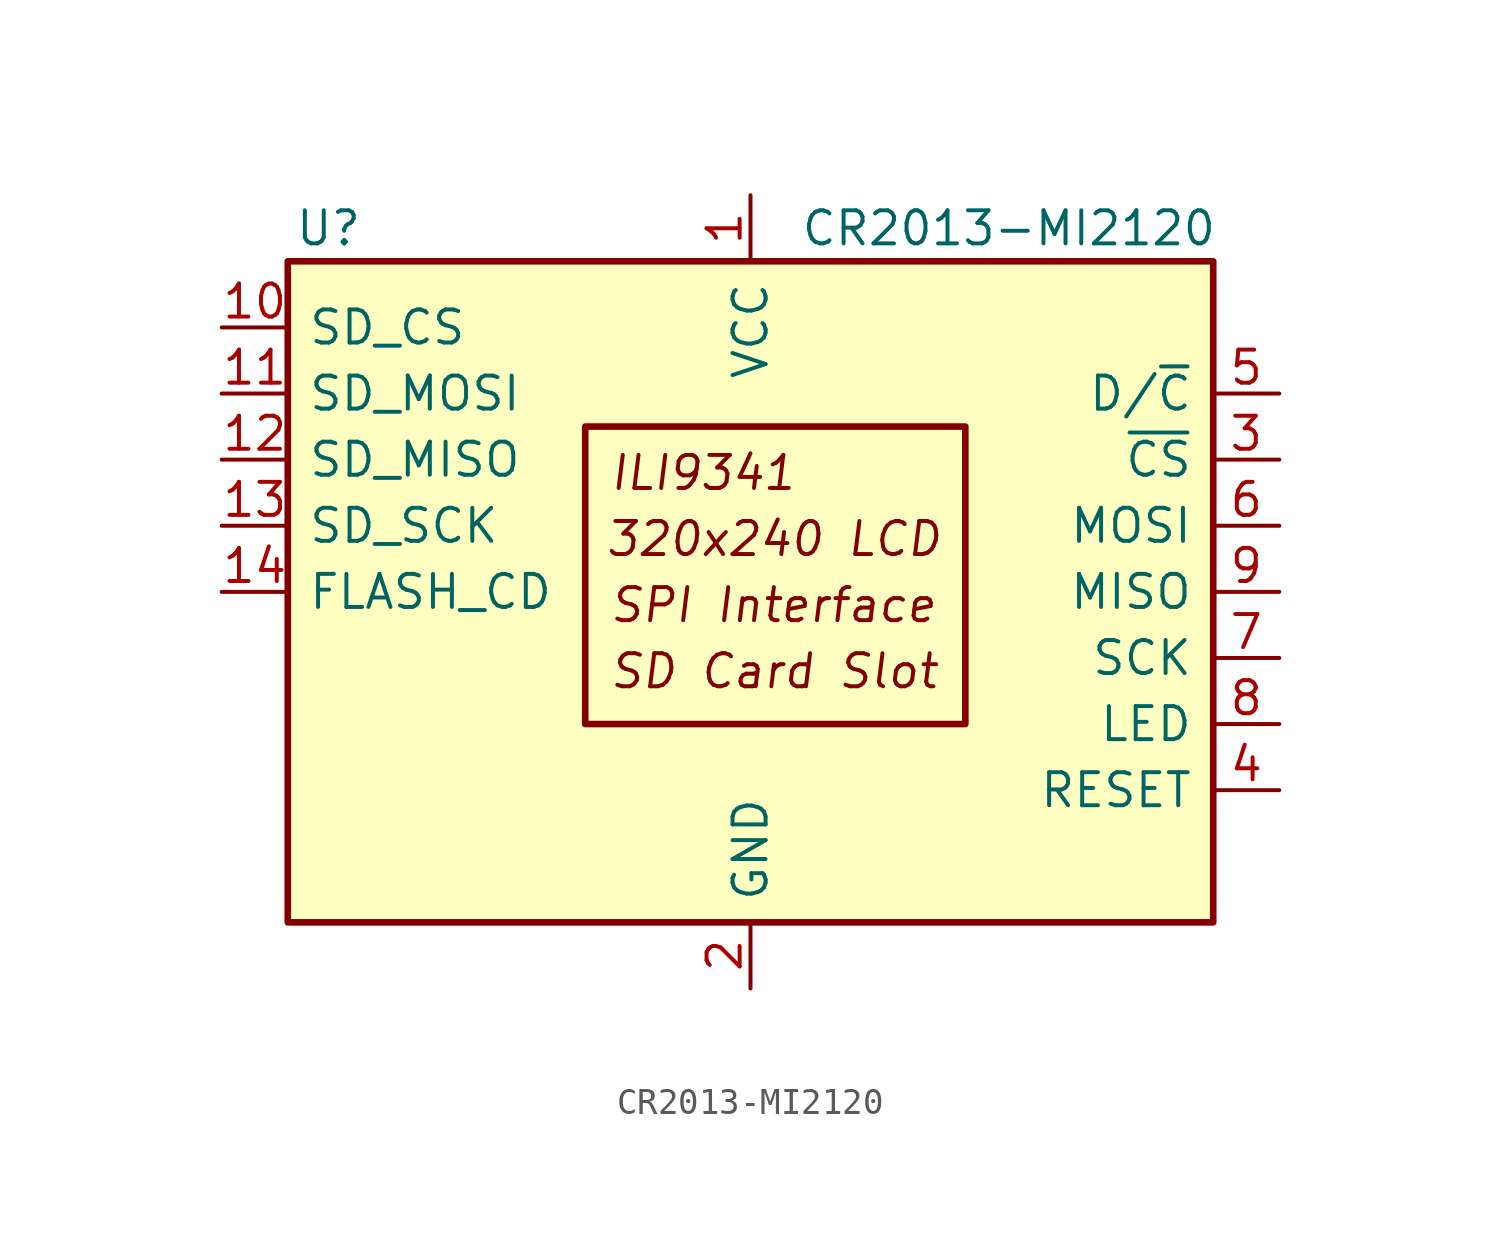
<source format=kicad_sym>
(kicad_symbol_lib
  (version 20201005)
  (generator kicad_symbol_editor)
  (symbol "Driver_Display:CR2013-MI2120"
    (pin_names
      (offset 0.762))
    (property "Reference" "U"
      (at -17.526 13.97 0)
      (effects (font (size 1.27 1.27)) (justify left)))
    (property "Value" "CR2013-MI2120"
      (at 1.905 13.97 0)
      (effects (font (size 1.27 1.27)) (justify left)))
    (symbol "CR2013-MI2120_0_0"
      (text "320x240 LCD" (at 0.889 2.032 0) (effects (font (size 1.27 1.27) italic)))
      (text "ILI9341" (at -5.461 4.572 0) (effects (font (size 1.27 1.27) italic) (justify left)))
      (text "SD Card Slot" (at -5.461 -3.048 0) (effects (font (size 1.27 1.27) italic) (justify left)))
      (text "SPI Interface" (at -5.461 -0.508 0) (effects (font (size 1.27 1.27) italic) (justify left))))
    (symbol "CR2013-MI2120_0_1"
      (rectangle (start -17.78 12.7) (end 17.78 -12.7) (stroke (width 0.254)) (fill (type background)))
      (rectangle (start -6.35 6.35) (end 8.255 -5.08) (stroke (width 0.254)) (fill (type none))))
    (symbol "CR2013-MI2120_1_1"
      (pin power_in line (at 0 15.24 270) (length 2.54) (name "VCC" (effects (font (size 1.27 1.27)))) (number "1" (effects (font (size 1.27 1.27)))))
      (pin input line (at -20.32 10.16 0) (length 2.54) (name "SD_CS" (effects (font (size 1.27 1.27)))) (number "10" (effects (font (size 1.27 1.27)))))
      (pin input line (at -20.32 7.62 0) (length 2.54) (name "SD_MOSI" (effects (font (size 1.27 1.27)))) (number "11" (effects (font (size 1.27 1.27)))))
      (pin output line (at -20.32 5.08 0) (length 2.54) (name "SD_MISO" (effects (font (size 1.27 1.27)))) (number "12" (effects (font (size 1.27 1.27)))))
      (pin input line (at -20.32 2.54 0) (length 2.54) (name "SD_SCK" (effects (font (size 1.27 1.27)))) (number "13" (effects (font (size 1.27 1.27)))))
      (pin input line (at -20.32 0 0) (length 2.54) (name "FLASH_CD" (effects (font (size 1.27 1.27)))) (number "14" (effects (font (size 1.27 1.27)))))
      (pin power_in line (at 0 -15.24 90) (length 2.54) (name "GND" (effects (font (size 1.27 1.27)))) (number "2" (effects (font (size 1.27 1.27)))))
      (pin input line (at 20.32 5.08 180) (length 2.54) (name "~CS" (effects (font (size 1.27 1.27)))) (number "3" (effects (font (size 1.27 1.27)))))
      (pin input line (at 20.32 -7.62 180) (length 2.54) (name "RESET" (effects (font (size 1.27 1.27)))) (number "4" (effects (font (size 1.27 1.27)))))
      (pin input line (at 20.32 7.62 180) (length 2.54) (name "D/~C" (effects (font (size 1.27 1.27)))) (number "5" (effects (font (size 1.27 1.27)))))
      (pin input line (at 20.32 2.54 180) (length 2.54) (name "MOSI" (effects (font (size 1.27 1.27)))) (number "6" (effects (font (size 1.27 1.27)))))
      (pin input line (at 20.32 -2.54 180) (length 2.54) (name "SCK" (effects (font (size 1.27 1.27)))) (number "7" (effects (font (size 1.27 1.27)))))
      (pin input line (at 20.32 -5.08 180) (length 2.54) (name "LED" (effects (font (size 1.27 1.27)))) (number "8" (effects (font (size 1.27 1.27)))))
      (pin output line (at 20.32 0 180) (length 2.54) (name "MISO" (effects (font (size 1.27 1.27)))) (number "9" (effects (font (size 1.27 1.27))))))))
</source>
